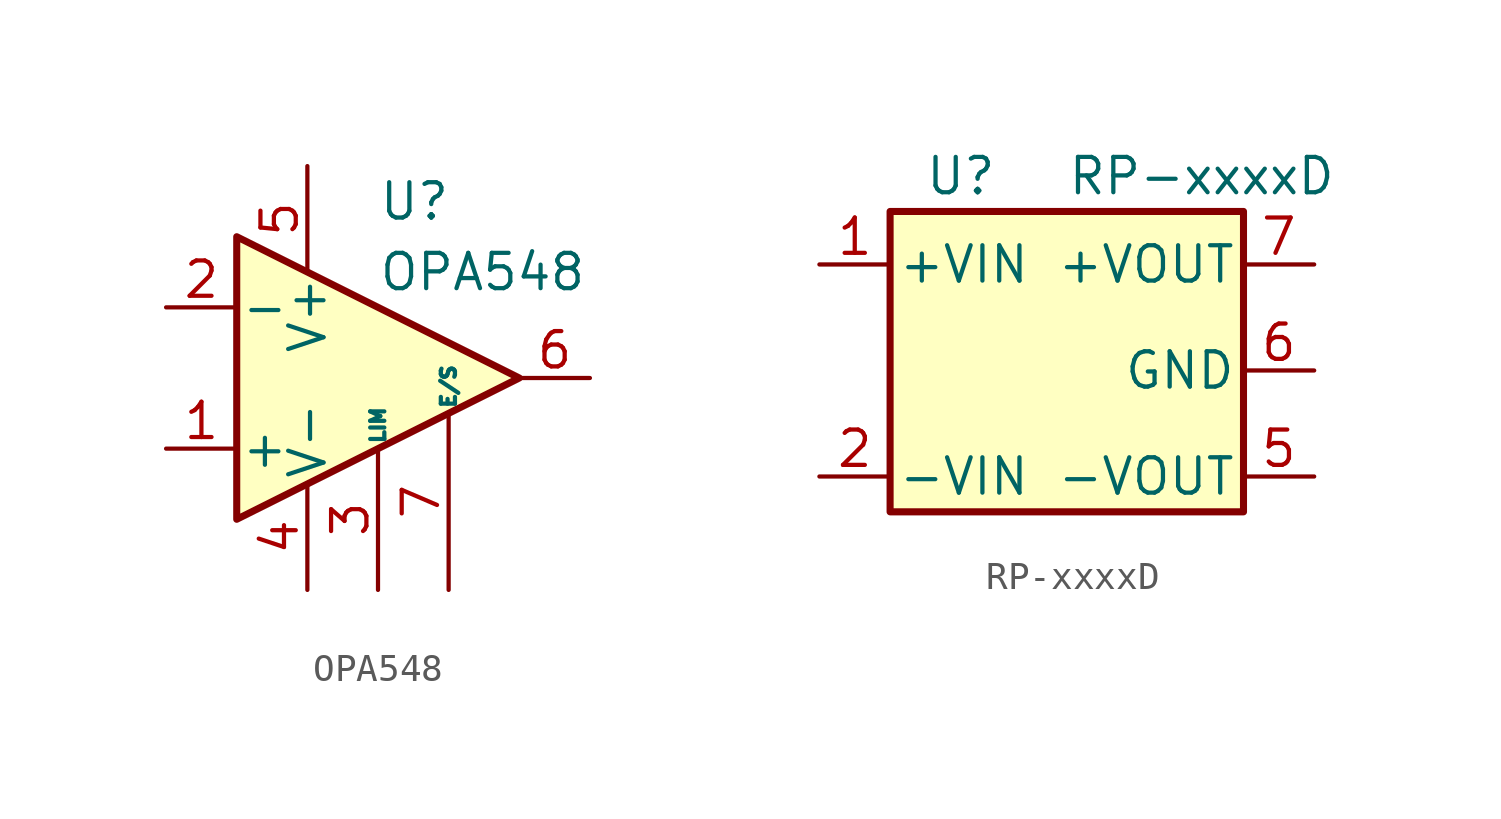
<source format=kicad_sym>
(kicad_symbol_lib
  (version 20220914)
  (generator kicad_symbol_editor)
  (symbol "OPA548"
    (pin_names
      (offset 0.127))
    (property "Reference" "U"
      (at 0 6.35 0)
      (effects (font (size 1.27 1.27)) (justify left)))
    (property "Value" "OPA548"
      (at 0 3.81 0)
      (effects (font (size 1.27 1.27)) (justify left)))
    (symbol "OPA548_0_1"
      (polyline (pts (xy -5.08 5.08) (xy 5.08 0) (xy -5.08 -5.08) (xy -5.08 5.08)) (stroke (width 0.254) (type default)) (fill (type background))))
    (symbol "OPA548_1_1"
      (pin input line (at -7.62 -2.54 0) (length 2.54) (name "+" (effects (font (size 1.27 1.27)))) (number "1" (effects (font (size 1.27 1.27)))))
      (pin input line (at -7.62 2.54 0) (length 2.54) (name "-" (effects (font (size 1.27 1.27)))) (number "2" (effects (font (size 1.27 1.27)))))
      (pin input line (at 0 -7.62 90) (length 5.08) (name "LIM" (effects (font (size 0.508 0.508)))) (number "3" (effects (font (size 1.27 1.27)))))
      (pin power_in line (at -2.54 -7.62 90) (length 3.81) (name "V-" (effects (font (size 1.27 1.27)))) (number "4" (effects (font (size 1.27 1.27)))))
      (pin power_in line (at -2.54 7.62 270) (length 3.81) (name "V+" (effects (font (size 1.27 1.27)))) (number "5" (effects (font (size 1.27 1.27)))))
      (pin output line (at 7.62 0 180) (length 2.54) (name "~" (effects (font (size 1.27 1.27)))) (number "6" (effects (font (size 1.27 1.27)))))
      (pin input line (at 2.54 -7.62 90) (length 6.35) (name "E/S" (effects (font (size 0.508 0.508)))) (number "7" (effects (font (size 1.27 1.27)))))))
  (symbol "RP-xxxxD"
    (pin_names
      (offset 0.254))
    (property "Reference" "U"
      (at -3.81 3.175 0)
      (effects (font (size 1.27 1.27))))
    (property "Value" "RP-xxxxD"
      (at 0 3.175 0)
      (effects (font (size 1.27 1.27)) (justify left)))
    (symbol "RP-xxxxD_0_1"
      (rectangle (start -6.35 1.905) (end 6.35 -8.89) (stroke (width 0.254) (type default)) (fill (type background))))
    (symbol "RP-xxxxD_1_1"
      (pin power_in line (at -8.89 0 0) (length 2.54) (name "+VIN" (effects (font (size 1.27 1.27)))) (number "1" (effects (font (size 1.27 1.27)))))
      (pin power_in line (at -8.89 -7.62 0) (length 2.54) (name "-VIN" (effects (font (size 1.27 1.27)))) (number "2" (effects (font (size 1.27 1.27)))))
      (pin power_out line (at 8.89 -7.62 180) (length 2.54) (name "-VOUT" (effects (font (size 1.27 1.27)))) (number "5" (effects (font (size 1.27 1.27)))))
      (pin power_in line (at 8.89 -3.81 180) (length 2.54) (name "GND" (effects (font (size 1.27 1.27)))) (number "6" (effects (font (size 1.27 1.27)))))
      (pin power_out line (at 8.89 0 180) (length 2.54) (name "+VOUT" (effects (font (size 1.27 1.27)))) (number "7" (effects (font (size 1.27 1.27))))))))
</source>
